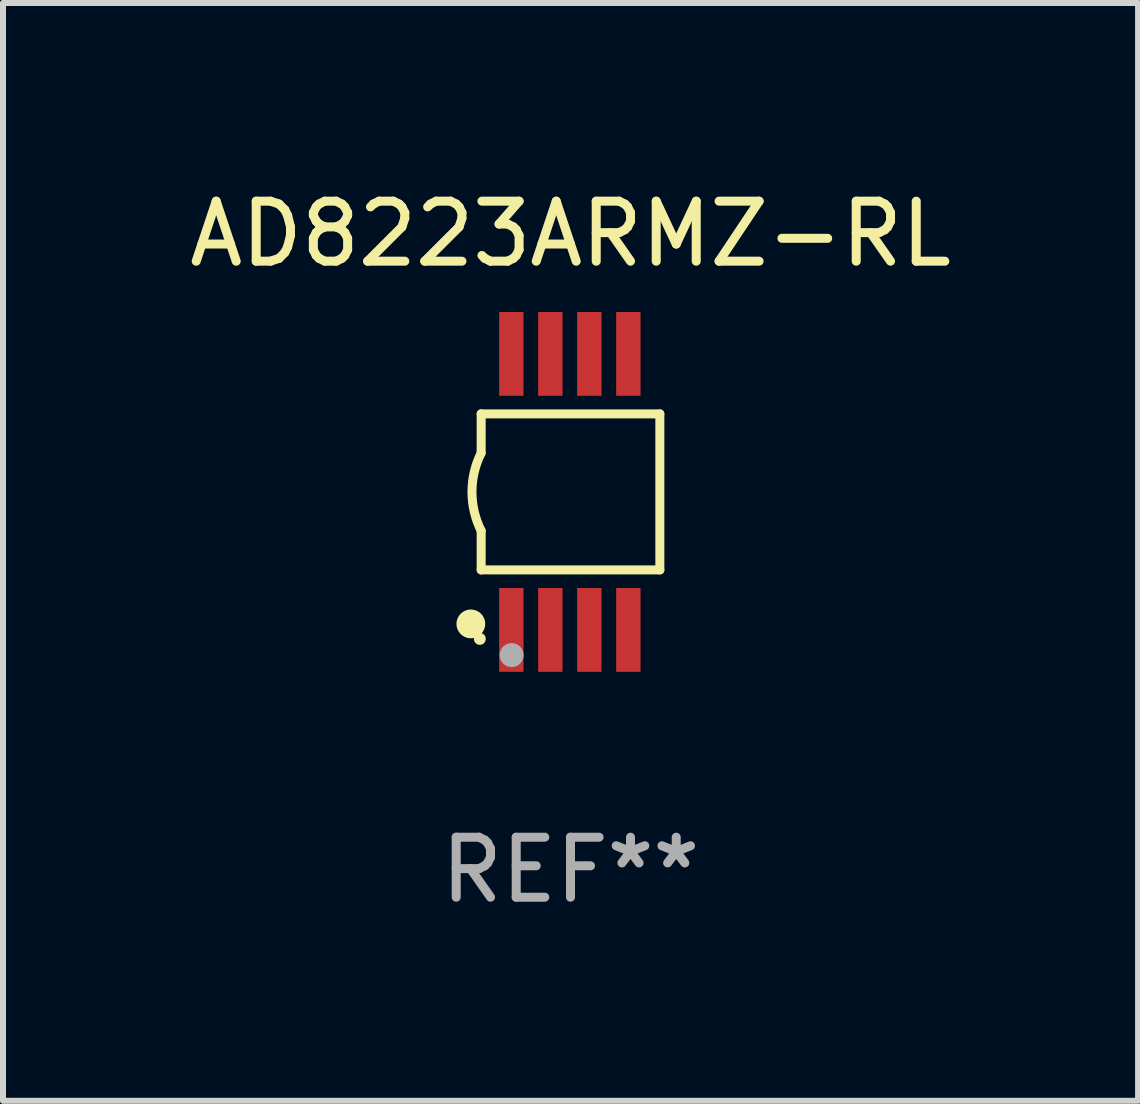
<source format=kicad_pcb>
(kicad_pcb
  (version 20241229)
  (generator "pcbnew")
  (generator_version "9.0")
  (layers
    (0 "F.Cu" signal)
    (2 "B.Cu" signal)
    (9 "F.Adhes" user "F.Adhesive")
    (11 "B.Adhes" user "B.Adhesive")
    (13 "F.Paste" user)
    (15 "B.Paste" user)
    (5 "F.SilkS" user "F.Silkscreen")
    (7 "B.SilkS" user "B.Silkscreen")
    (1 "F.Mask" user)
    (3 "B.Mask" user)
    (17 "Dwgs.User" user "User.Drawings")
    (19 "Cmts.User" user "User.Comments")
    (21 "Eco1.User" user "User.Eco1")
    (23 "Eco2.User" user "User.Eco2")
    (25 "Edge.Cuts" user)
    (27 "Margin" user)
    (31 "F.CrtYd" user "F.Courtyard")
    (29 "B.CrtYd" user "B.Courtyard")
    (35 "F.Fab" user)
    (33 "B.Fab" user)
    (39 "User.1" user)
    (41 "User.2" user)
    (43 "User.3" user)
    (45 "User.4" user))
  (footprint "AD8223ARMZ-RL"
    (layer "F.Cu")
    (at 6.458 5.148)
    (property "Reference" "AD8223ARMZ-RL" (at 0 -4.3 0) (layer "F.SilkS") (effects (font (size 1 1) (thickness 0.15))))
    (attr through_hole)
    (fp_line (start -1.489 -1.3) (end -1.489 -0.648) (stroke (width 0.15) (type solid)) (layer "F.SilkS"))
    (fp_line (start -1.489 0.648) (end -1.489 1.3) (stroke (width 0.15) (type solid)) (layer "F.SilkS"))
    (fp_line (start -1.489 1.3) (end 1.489 1.3) (stroke (width 0.15) (type solid)) (layer "F.SilkS"))
    (fp_line (start 1.489 -1.3) (end -1.489 -1.3) (stroke (width 0.15) (type solid)) (layer "F.SilkS"))
    (fp_line (start 1.489 1.3) (end 1.489 -1.3) (stroke (width 0.15) (type solid)) (layer "F.SilkS"))
    (fp_arc (start -1.489205 0.647702) (mid -1.642107 0) (end -1.489205 -0.647701) (stroke (width 0.150013) (type solid)) (layer "F.SilkS"))
    (fp_circle (center -1.661 2.2) (end -1.541 2.2) (stroke (width 0.24) (type solid)) (fill no) (layer "F.SilkS"))
    (fp_circle (center -1.511 2.45) (end -1.461 2.45) (stroke (width 0.1) (type solid)) (fill no) (layer "F.SilkS"))
    (fp_circle (center -0.981 2.72) (end -0.881 2.72) (stroke (width 0.2) (type solid)) (fill no) (layer "F.Fab"))
    (fp_text user "REF**" (at 0 6.3 0) (layer "F.Fab") (effects (font (size 1 1) (thickness 0.15))))
    (pad "1" smd rect (at -0.986 2.3) (size 0.406 1.397) (layers "F.Cu" "F.Mask" "F.Paste"))
    (pad "2" smd rect (at -0.336 2.3) (size 0.406 1.397) (layers "F.Cu" "F.Mask" "F.Paste"))
    (pad "3" smd rect (at 0.314 2.3) (size 0.406 1.397) (layers "F.Cu" "F.Mask" "F.Paste"))
    (pad "4" smd rect (at 0.964 2.3) (size 0.406 1.397) (layers "F.Cu" "F.Mask" "F.Paste"))
    (pad "5" smd rect (at 0.964 -2.3) (size 0.406 1.397) (layers "F.Cu" "F.Mask" "F.Paste"))
    (pad "6" smd rect (at 0.314 -2.3) (size 0.406 1.397) (layers "F.Cu" "F.Mask" "F.Paste"))
    (pad "7" smd rect (at -0.336 -2.3) (size 0.406 1.397) (layers "F.Cu" "F.Mask" "F.Paste"))
    (pad "8" smd rect (at -0.986 -2.3) (size 0.406 1.397) (layers "F.Cu" "F.Mask" "F.Paste")))
  (gr_rect
    (start -3 -3)
    (end 15.917 15.296)
    (stroke (width 0.1) (type default))
    (fill no)
    (layer "Edge.Cuts")))
</source>
